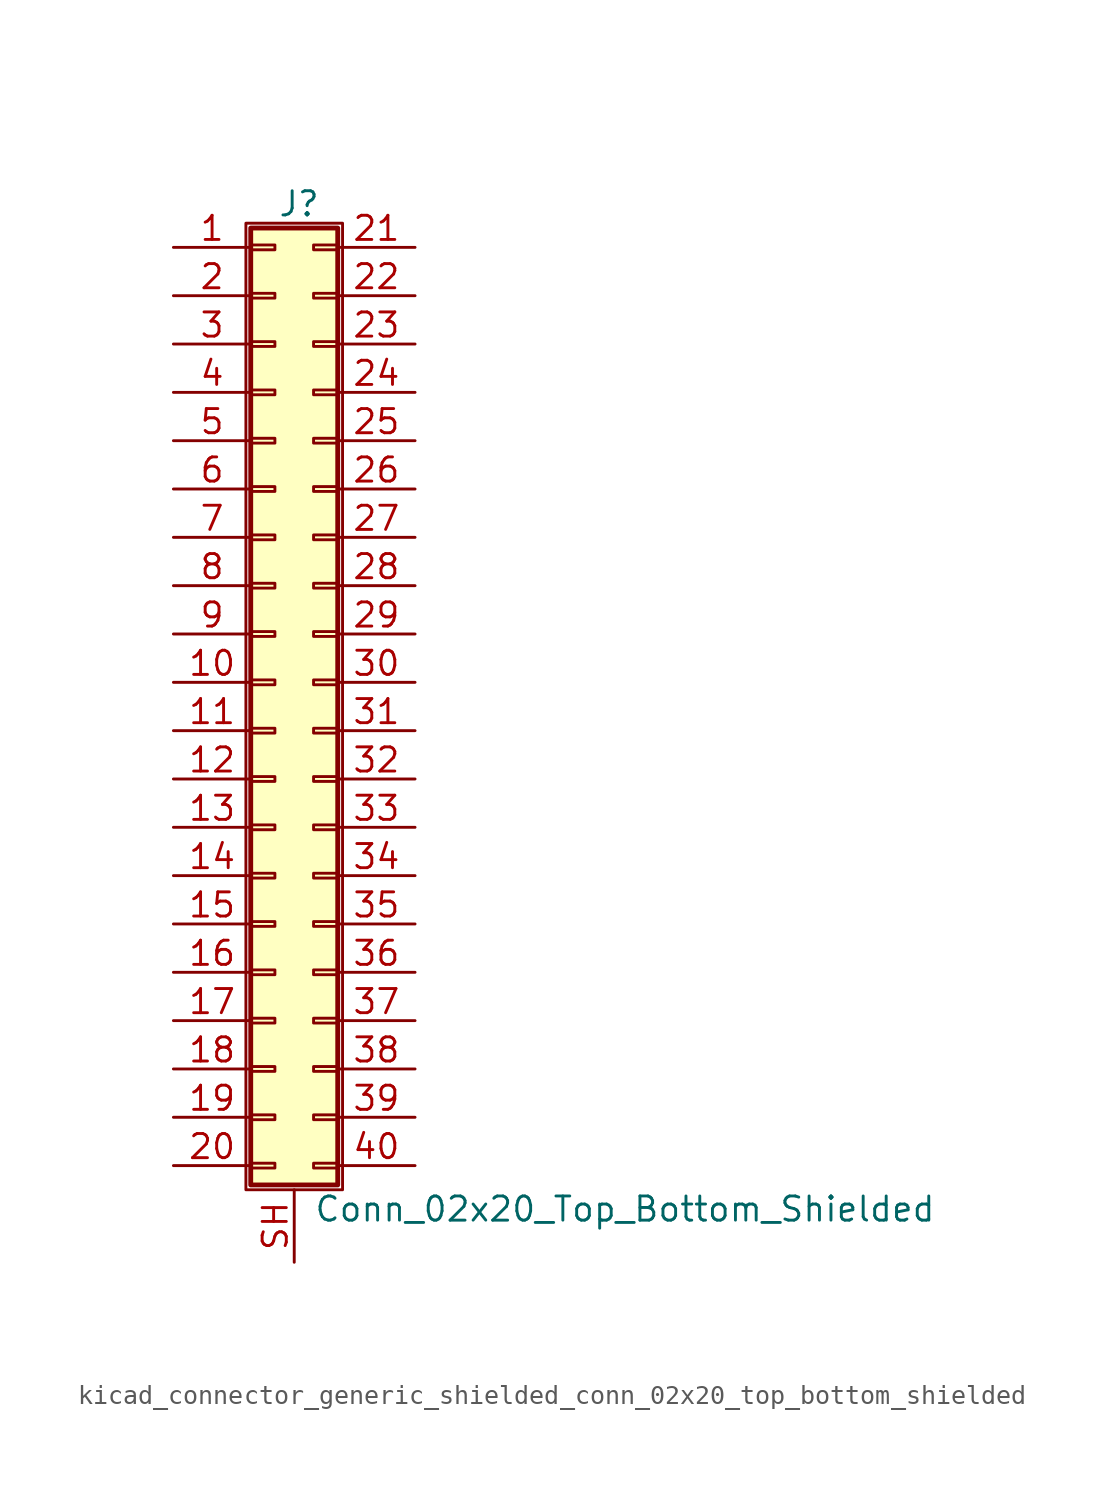
<source format=kicad_sym>
(kicad_symbol_lib
  (version 20220914)
  (generator kicad_symbol_editor)
  (symbol "kicad_connector_generic_shielded_conn_02x20_top_bottom_shielded"
    (pin_names
      (offset 1.016) hide)
    (property "Reference" "J"
      (at 1.524 25.146 0)
      (effects (font (size 1.27 1.27))))
    (property "Value" "Conn_02x20_Top_Bottom_Shielded"
      (at 2.286 -27.686 0)
      (effects (font (size 1.27 1.27)) (justify left)))
    (symbol "kicad_connector_generic_shielded_conn_02x20_top_bottom_shielded_1_1"
      (rectangle (start -1.27 24.13) (end 3.81 -26.67) (stroke (width 0.152) (type default)) (fill (type none)))
      (rectangle (start -1.016 -25.273) (end 0.254 -25.527) (stroke (width 0.152) (type default)) (fill (type none)))
      (rectangle (start -1.016 -22.733) (end 0.254 -22.987) (stroke (width 0.152) (type default)) (fill (type none)))
      (rectangle (start -1.016 -20.193) (end 0.254 -20.447) (stroke (width 0.152) (type default)) (fill (type none)))
      (rectangle (start -1.016 -17.653) (end 0.254 -17.907) (stroke (width 0.152) (type default)) (fill (type none)))
      (rectangle (start -1.016 -15.113) (end 0.254 -15.367) (stroke (width 0.152) (type default)) (fill (type none)))
      (rectangle (start -1.016 -12.573) (end 0.254 -12.827) (stroke (width 0.152) (type default)) (fill (type none)))
      (rectangle (start -1.016 -10.033) (end 0.254 -10.287) (stroke (width 0.152) (type default)) (fill (type none)))
      (rectangle (start -1.016 -7.493) (end 0.254 -7.747) (stroke (width 0.152) (type default)) (fill (type none)))
      (rectangle (start -1.016 -4.953) (end 0.254 -5.207) (stroke (width 0.152) (type default)) (fill (type none)))
      (rectangle (start -1.016 -2.413) (end 0.254 -2.667) (stroke (width 0.152) (type default)) (fill (type none)))
      (rectangle (start -1.016 0.127) (end 0.254 -0.127) (stroke (width 0.152) (type default)) (fill (type none)))
      (rectangle (start -1.016 2.667) (end 0.254 2.413) (stroke (width 0.152) (type default)) (fill (type none)))
      (rectangle (start -1.016 5.207) (end 0.254 4.953) (stroke (width 0.152) (type default)) (fill (type none)))
      (rectangle (start -1.016 7.747) (end 0.254 7.493) (stroke (width 0.152) (type default)) (fill (type none)))
      (rectangle (start -1.016 10.287) (end 0.254 10.033) (stroke (width 0.152) (type default)) (fill (type none)))
      (rectangle (start -1.016 12.827) (end 0.254 12.573) (stroke (width 0.152) (type default)) (fill (type none)))
      (rectangle (start -1.016 15.367) (end 0.254 15.113) (stroke (width 0.152) (type default)) (fill (type none)))
      (rectangle (start -1.016 17.907) (end 0.254 17.653) (stroke (width 0.152) (type default)) (fill (type none)))
      (rectangle (start -1.016 20.447) (end 0.254 20.193) (stroke (width 0.152) (type default)) (fill (type none)))
      (rectangle (start -1.016 22.987) (end 0.254 22.733) (stroke (width 0.152) (type default)) (fill (type none)))
      (rectangle (start -1.016 23.876) (end 3.556 -26.416) (stroke (width 0.254) (type default)) (fill (type background)))
      (rectangle (start 3.556 -25.273) (end 2.286 -25.527) (stroke (width 0.152) (type default)) (fill (type none)))
      (rectangle (start 3.556 -22.733) (end 2.286 -22.987) (stroke (width 0.152) (type default)) (fill (type none)))
      (rectangle (start 3.556 -20.193) (end 2.286 -20.447) (stroke (width 0.152) (type default)) (fill (type none)))
      (rectangle (start 3.556 -17.653) (end 2.286 -17.907) (stroke (width 0.152) (type default)) (fill (type none)))
      (rectangle (start 3.556 -15.113) (end 2.286 -15.367) (stroke (width 0.152) (type default)) (fill (type none)))
      (rectangle (start 3.556 -12.573) (end 2.286 -12.827) (stroke (width 0.152) (type default)) (fill (type none)))
      (rectangle (start 3.556 -10.033) (end 2.286 -10.287) (stroke (width 0.152) (type default)) (fill (type none)))
      (rectangle (start 3.556 -7.493) (end 2.286 -7.747) (stroke (width 0.152) (type default)) (fill (type none)))
      (rectangle (start 3.556 -4.953) (end 2.286 -5.207) (stroke (width 0.152) (type default)) (fill (type none)))
      (rectangle (start 3.556 -2.413) (end 2.286 -2.667) (stroke (width 0.152) (type default)) (fill (type none)))
      (rectangle (start 3.556 0.127) (end 2.286 -0.127) (stroke (width 0.152) (type default)) (fill (type none)))
      (rectangle (start 3.556 2.667) (end 2.286 2.413) (stroke (width 0.152) (type default)) (fill (type none)))
      (rectangle (start 3.556 5.207) (end 2.286 4.953) (stroke (width 0.152) (type default)) (fill (type none)))
      (rectangle (start 3.556 7.747) (end 2.286 7.493) (stroke (width 0.152) (type default)) (fill (type none)))
      (rectangle (start 3.556 10.287) (end 2.286 10.033) (stroke (width 0.152) (type default)) (fill (type none)))
      (rectangle (start 3.556 12.827) (end 2.286 12.573) (stroke (width 0.152) (type default)) (fill (type none)))
      (rectangle (start 3.556 15.367) (end 2.286 15.113) (stroke (width 0.152) (type default)) (fill (type none)))
      (rectangle (start 3.556 17.907) (end 2.286 17.653) (stroke (width 0.152) (type default)) (fill (type none)))
      (rectangle (start 3.556 20.447) (end 2.286 20.193) (stroke (width 0.152) (type default)) (fill (type none)))
      (rectangle (start 3.556 22.987) (end 2.286 22.733) (stroke (width 0.152) (type default)) (fill (type none)))
      (pin passive line (at -5.08 22.86 0) (length 4.064) (name "Pin_1" (effects (font (size 1.27 1.27)))) (number "1" (effects (font (size 1.27 1.27)))))
      (pin passive line (at -5.08 0 0) (length 4.064) (name "Pin_10" (effects (font (size 1.27 1.27)))) (number "10" (effects (font (size 1.27 1.27)))))
      (pin passive line (at -5.08 -2.54 0) (length 4.064) (name "Pin_11" (effects (font (size 1.27 1.27)))) (number "11" (effects (font (size 1.27 1.27)))))
      (pin passive line (at -5.08 -5.08 0) (length 4.064) (name "Pin_12" (effects (font (size 1.27 1.27)))) (number "12" (effects (font (size 1.27 1.27)))))
      (pin passive line (at -5.08 -7.62 0) (length 4.064) (name "Pin_13" (effects (font (size 1.27 1.27)))) (number "13" (effects (font (size 1.27 1.27)))))
      (pin passive line (at -5.08 -10.16 0) (length 4.064) (name "Pin_14" (effects (font (size 1.27 1.27)))) (number "14" (effects (font (size 1.27 1.27)))))
      (pin passive line (at -5.08 -12.7 0) (length 4.064) (name "Pin_15" (effects (font (size 1.27 1.27)))) (number "15" (effects (font (size 1.27 1.27)))))
      (pin passive line (at -5.08 -15.24 0) (length 4.064) (name "Pin_16" (effects (font (size 1.27 1.27)))) (number "16" (effects (font (size 1.27 1.27)))))
      (pin passive line (at -5.08 -17.78 0) (length 4.064) (name "Pin_17" (effects (font (size 1.27 1.27)))) (number "17" (effects (font (size 1.27 1.27)))))
      (pin passive line (at -5.08 -20.32 0) (length 4.064) (name "Pin_18" (effects (font (size 1.27 1.27)))) (number "18" (effects (font (size 1.27 1.27)))))
      (pin passive line (at -5.08 -22.86 0) (length 4.064) (name "Pin_19" (effects (font (size 1.27 1.27)))) (number "19" (effects (font (size 1.27 1.27)))))
      (pin passive line (at -5.08 20.32 0) (length 4.064) (name "Pin_2" (effects (font (size 1.27 1.27)))) (number "2" (effects (font (size 1.27 1.27)))))
      (pin passive line (at -5.08 -25.4 0) (length 4.064) (name "Pin_20" (effects (font (size 1.27 1.27)))) (number "20" (effects (font (size 1.27 1.27)))))
      (pin passive line (at 7.62 22.86 180) (length 4.064) (name "Pin_21" (effects (font (size 1.27 1.27)))) (number "21" (effects (font (size 1.27 1.27)))))
      (pin passive line (at 7.62 20.32 180) (length 4.064) (name "Pin_22" (effects (font (size 1.27 1.27)))) (number "22" (effects (font (size 1.27 1.27)))))
      (pin passive line (at 7.62 17.78 180) (length 4.064) (name "Pin_23" (effects (font (size 1.27 1.27)))) (number "23" (effects (font (size 1.27 1.27)))))
      (pin passive line (at 7.62 15.24 180) (length 4.064) (name "Pin_24" (effects (font (size 1.27 1.27)))) (number "24" (effects (font (size 1.27 1.27)))))
      (pin passive line (at 7.62 12.7 180) (length 4.064) (name "Pin_25" (effects (font (size 1.27 1.27)))) (number "25" (effects (font (size 1.27 1.27)))))
      (pin passive line (at 7.62 10.16 180) (length 4.064) (name "Pin_26" (effects (font (size 1.27 1.27)))) (number "26" (effects (font (size 1.27 1.27)))))
      (pin passive line (at 7.62 7.62 180) (length 4.064) (name "Pin_27" (effects (font (size 1.27 1.27)))) (number "27" (effects (font (size 1.27 1.27)))))
      (pin passive line (at 7.62 5.08 180) (length 4.064) (name "Pin_28" (effects (font (size 1.27 1.27)))) (number "28" (effects (font (size 1.27 1.27)))))
      (pin passive line (at 7.62 2.54 180) (length 4.064) (name "Pin_29" (effects (font (size 1.27 1.27)))) (number "29" (effects (font (size 1.27 1.27)))))
      (pin passive line (at -5.08 17.78 0) (length 4.064) (name "Pin_3" (effects (font (size 1.27 1.27)))) (number "3" (effects (font (size 1.27 1.27)))))
      (pin passive line (at 7.62 0 180) (length 4.064) (name "Pin_30" (effects (font (size 1.27 1.27)))) (number "30" (effects (font (size 1.27 1.27)))))
      (pin passive line (at 7.62 -2.54 180) (length 4.064) (name "Pin_31" (effects (font (size 1.27 1.27)))) (number "31" (effects (font (size 1.27 1.27)))))
      (pin passive line (at 7.62 -5.08 180) (length 4.064) (name "Pin_32" (effects (font (size 1.27 1.27)))) (number "32" (effects (font (size 1.27 1.27)))))
      (pin passive line (at 7.62 -7.62 180) (length 4.064) (name "Pin_33" (effects (font (size 1.27 1.27)))) (number "33" (effects (font (size 1.27 1.27)))))
      (pin passive line (at 7.62 -10.16 180) (length 4.064) (name "Pin_34" (effects (font (size 1.27 1.27)))) (number "34" (effects (font (size 1.27 1.27)))))
      (pin passive line (at 7.62 -12.7 180) (length 4.064) (name "Pin_35" (effects (font (size 1.27 1.27)))) (number "35" (effects (font (size 1.27 1.27)))))
      (pin passive line (at 7.62 -15.24 180) (length 4.064) (name "Pin_36" (effects (font (size 1.27 1.27)))) (number "36" (effects (font (size 1.27 1.27)))))
      (pin passive line (at 7.62 -17.78 180) (length 4.064) (name "Pin_37" (effects (font (size 1.27 1.27)))) (number "37" (effects (font (size 1.27 1.27)))))
      (pin passive line (at 7.62 -20.32 180) (length 4.064) (name "Pin_38" (effects (font (size 1.27 1.27)))) (number "38" (effects (font (size 1.27 1.27)))))
      (pin passive line (at 7.62 -22.86 180) (length 4.064) (name "Pin_39" (effects (font (size 1.27 1.27)))) (number "39" (effects (font (size 1.27 1.27)))))
      (pin passive line (at -5.08 15.24 0) (length 4.064) (name "Pin_4" (effects (font (size 1.27 1.27)))) (number "4" (effects (font (size 1.27 1.27)))))
      (pin passive line (at 7.62 -25.4 180) (length 4.064) (name "Pin_40" (effects (font (size 1.27 1.27)))) (number "40" (effects (font (size 1.27 1.27)))))
      (pin passive line (at -5.08 12.7 0) (length 4.064) (name "Pin_5" (effects (font (size 1.27 1.27)))) (number "5" (effects (font (size 1.27 1.27)))))
      (pin passive line (at -5.08 10.16 0) (length 4.064) (name "Pin_6" (effects (font (size 1.27 1.27)))) (number "6" (effects (font (size 1.27 1.27)))))
      (pin passive line (at -5.08 7.62 0) (length 4.064) (name "Pin_7" (effects (font (size 1.27 1.27)))) (number "7" (effects (font (size 1.27 1.27)))))
      (pin passive line (at -5.08 5.08 0) (length 4.064) (name "Pin_8" (effects (font (size 1.27 1.27)))) (number "8" (effects (font (size 1.27 1.27)))))
      (pin passive line (at -5.08 2.54 0) (length 4.064) (name "Pin_9" (effects (font (size 1.27 1.27)))) (number "9" (effects (font (size 1.27 1.27)))))
      (pin passive line (at 1.27 -30.48 90) (length 3.81) (name "Shield" (effects (font (size 1.27 1.27)))) (number "SH" (effects (font (size 1.27 1.27))))))))
</source>
